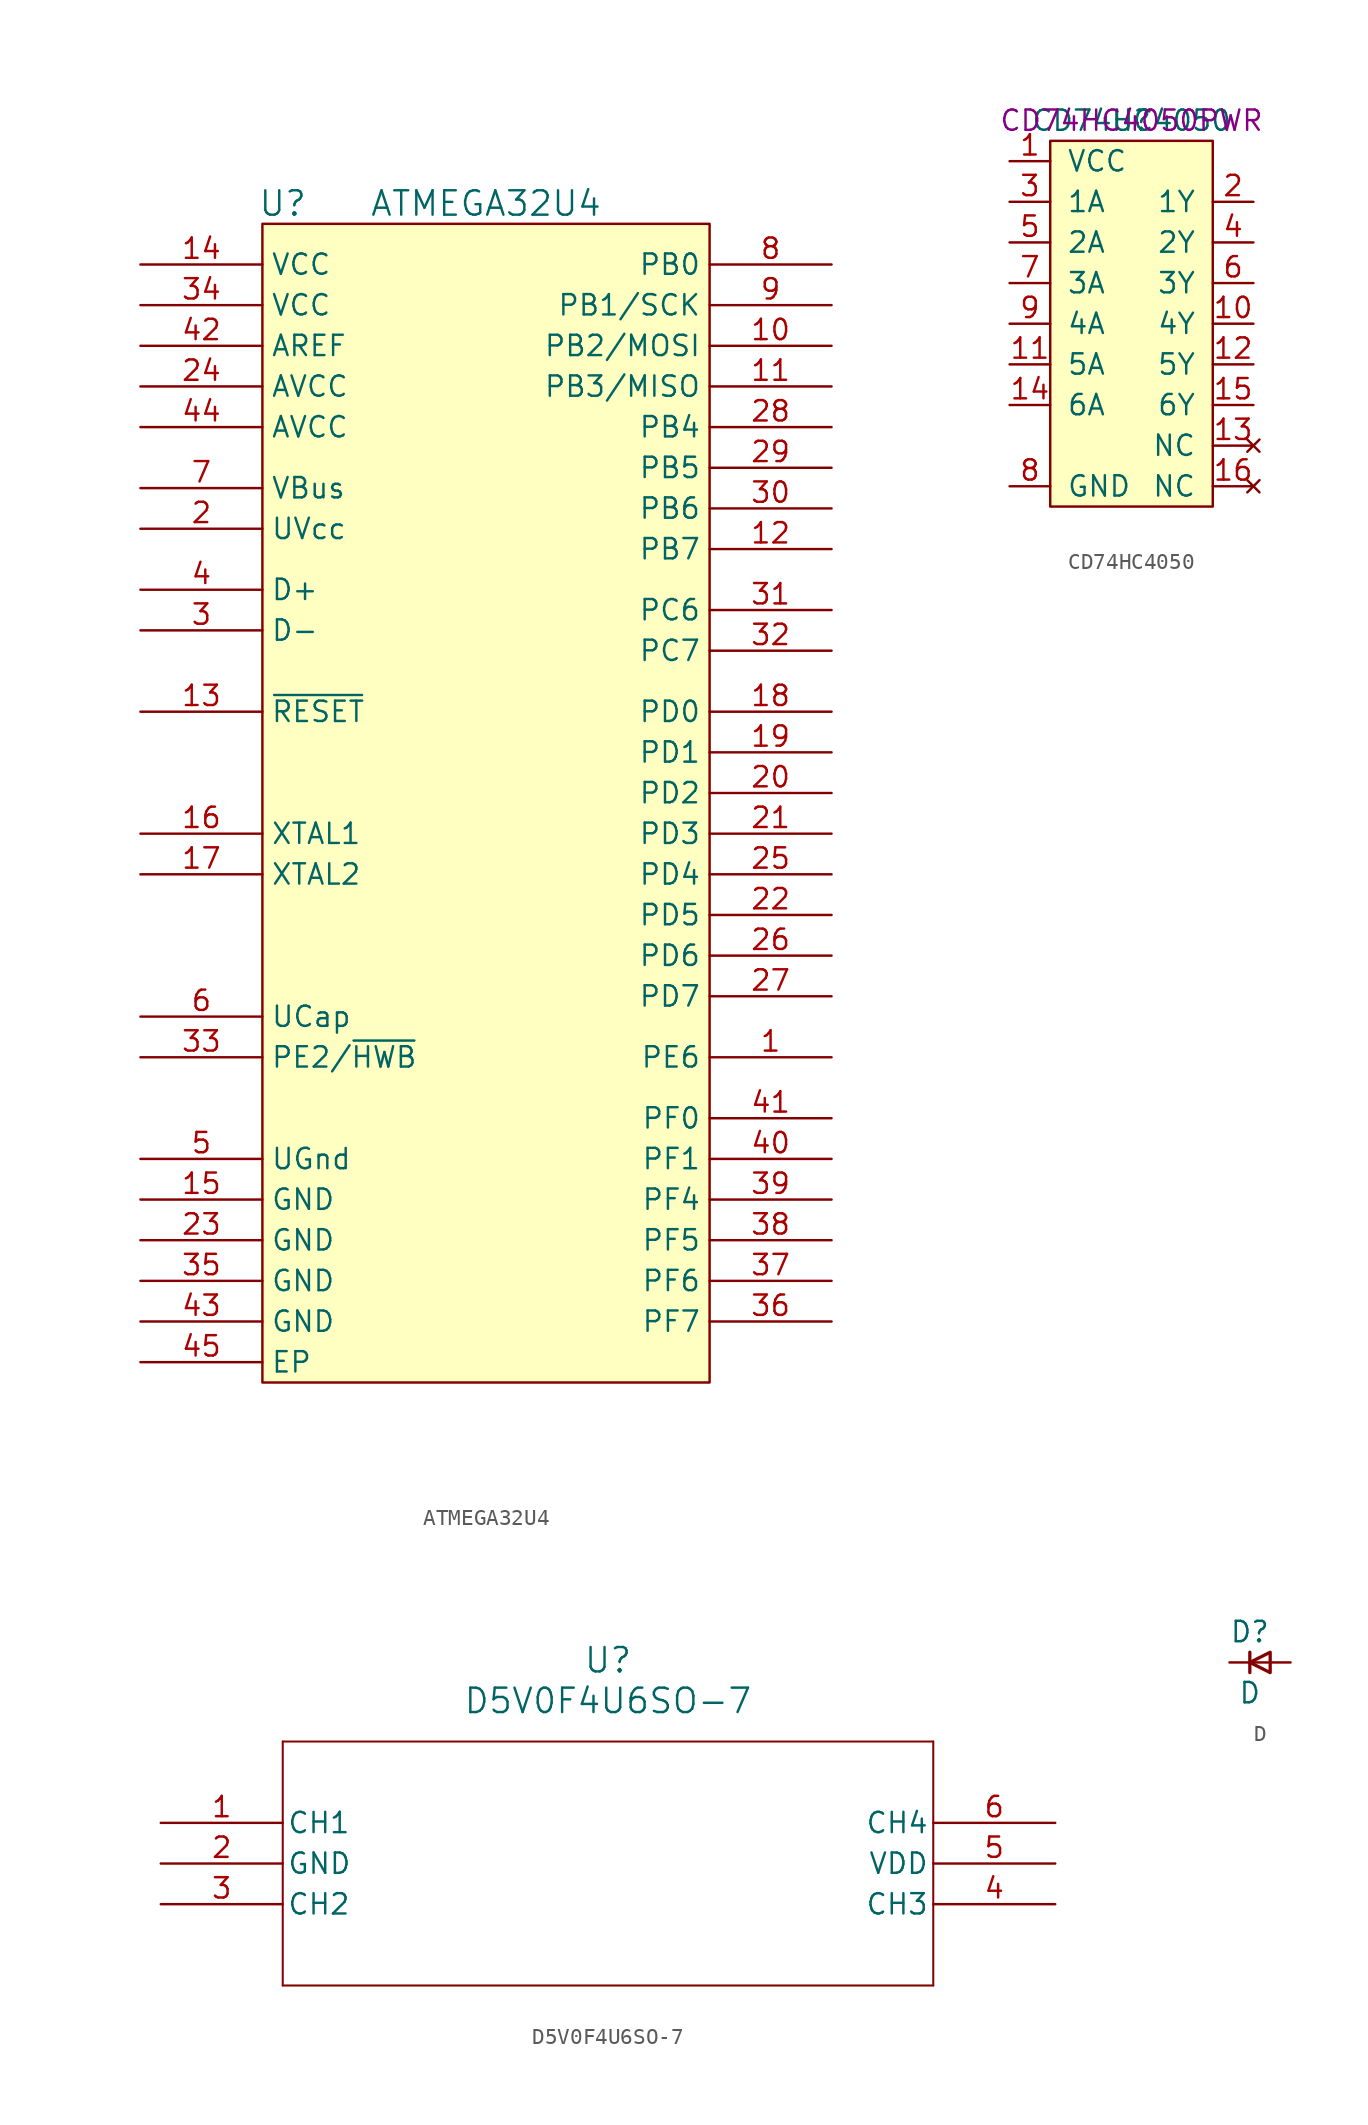
<source format=kicad_sym>
(kicad_symbol_lib
  (version 20231120)
  (generator "kicad_symbol_editor")
  (generator_version "8.0")
  (symbol "ATMEGA32U4"
    (property "Reference" "U"
      (at -17.78 30.48 0)
      (effects (font (size 1.524 1.524))))
    (property "Value" "ATMEGA32U4"
      (at -5.08 30.48 0)
      (effects (font (size 1.524 1.524))))
    (property "Footprint" ""
      (at 0 0 0)
      (effects (font (size 1.524 1.524))))
    (property "Datasheet" ""
      (at 0 0 0)
      (effects (font (size 1.524 1.524))))
    (symbol "ATMEGA32U4_0_1"
      (rectangle (start 8.89 29.21) (end -19.05 -43.18) (stroke (width 0) (type default)) (fill (type background))))
    (symbol "ATMEGA32U4_1_1"
      (pin bidirectional line (at 16.51 -22.86 180) (length 7.62) (name "PE6" (effects (font (size 1.27 1.27)))) (number "1" (effects (font (size 1.27 1.27)))))
      (pin bidirectional line (at 16.51 21.59 180) (length 7.62) (name "PB2/MOSI" (effects (font (size 1.27 1.27)))) (number "10" (effects (font (size 1.27 1.27)))))
      (pin bidirectional line (at 16.51 19.05 180) (length 7.62) (name "PB3/MISO" (effects (font (size 1.27 1.27)))) (number "11" (effects (font (size 1.27 1.27)))))
      (pin bidirectional line (at 16.51 8.89 180) (length 7.62) (name "PB7" (effects (font (size 1.27 1.27)))) (number "12" (effects (font (size 1.27 1.27)))))
      (pin input line (at -26.67 -1.27 0) (length 7.62) (name "~{RESET}" (effects (font (size 1.27 1.27)))) (number "13" (effects (font (size 1.27 1.27)))))
      (pin power_in line (at -26.67 26.67 0) (length 7.62) (name "VCC" (effects (font (size 1.27 1.27)))) (number "14" (effects (font (size 1.27 1.27)))))
      (pin power_in line (at -26.67 -31.75 0) (length 7.62) (name "GND" (effects (font (size 1.27 1.27)))) (number "15" (effects (font (size 1.27 1.27)))))
      (pin input line (at -26.67 -8.89 0) (length 7.62) (name "XTAL1" (effects (font (size 1.27 1.27)))) (number "16" (effects (font (size 1.27 1.27)))))
      (pin output line (at -26.67 -11.43 0) (length 7.62) (name "XTAL2" (effects (font (size 1.27 1.27)))) (number "17" (effects (font (size 1.27 1.27)))))
      (pin bidirectional line (at 16.51 -1.27 180) (length 7.62) (name "PD0" (effects (font (size 1.27 1.27)))) (number "18" (effects (font (size 1.27 1.27)))))
      (pin bidirectional line (at 16.51 -3.81 180) (length 7.62) (name "PD1" (effects (font (size 1.27 1.27)))) (number "19" (effects (font (size 1.27 1.27)))))
      (pin power_in line (at -26.67 10.16 0) (length 7.62) (name "UVcc" (effects (font (size 1.27 1.27)))) (number "2" (effects (font (size 1.27 1.27)))))
      (pin bidirectional line (at 16.51 -6.35 180) (length 7.62) (name "PD2" (effects (font (size 1.27 1.27)))) (number "20" (effects (font (size 1.27 1.27)))))
      (pin bidirectional line (at 16.51 -8.89 180) (length 7.62) (name "PD3" (effects (font (size 1.27 1.27)))) (number "21" (effects (font (size 1.27 1.27)))))
      (pin bidirectional line (at 16.51 -13.97 180) (length 7.62) (name "PD5" (effects (font (size 1.27 1.27)))) (number "22" (effects (font (size 1.27 1.27)))))
      (pin power_in line (at -26.67 -34.29 0) (length 7.62) (name "GND" (effects (font (size 1.27 1.27)))) (number "23" (effects (font (size 1.27 1.27)))))
      (pin power_in line (at -26.67 19.05 0) (length 7.62) (name "AVCC" (effects (font (size 1.27 1.27)))) (number "24" (effects (font (size 1.27 1.27)))))
      (pin bidirectional line (at 16.51 -11.43 180) (length 7.62) (name "PD4" (effects (font (size 1.27 1.27)))) (number "25" (effects (font (size 1.27 1.27)))))
      (pin bidirectional line (at 16.51 -16.51 180) (length 7.62) (name "PD6" (effects (font (size 1.27 1.27)))) (number "26" (effects (font (size 1.27 1.27)))))
      (pin bidirectional line (at 16.51 -19.05 180) (length 7.62) (name "PD7" (effects (font (size 1.27 1.27)))) (number "27" (effects (font (size 1.27 1.27)))))
      (pin bidirectional line (at 16.51 16.51 180) (length 7.62) (name "PB4" (effects (font (size 1.27 1.27)))) (number "28" (effects (font (size 1.27 1.27)))))
      (pin bidirectional line (at 16.51 13.97 180) (length 7.62) (name "PB5" (effects (font (size 1.27 1.27)))) (number "29" (effects (font (size 1.27 1.27)))))
      (pin bidirectional line (at -26.67 3.81 0) (length 7.62) (name "D-" (effects (font (size 1.27 1.27)))) (number "3" (effects (font (size 1.27 1.27)))))
      (pin bidirectional line (at 16.51 11.43 180) (length 7.62) (name "PB6" (effects (font (size 1.27 1.27)))) (number "30" (effects (font (size 1.27 1.27)))))
      (pin bidirectional line (at 16.51 5.08 180) (length 7.62) (name "PC6" (effects (font (size 1.27 1.27)))) (number "31" (effects (font (size 1.27 1.27)))))
      (pin bidirectional line (at 16.51 2.54 180) (length 7.62) (name "PC7" (effects (font (size 1.27 1.27)))) (number "32" (effects (font (size 1.27 1.27)))))
      (pin bidirectional line (at -26.67 -22.86 0) (length 7.62) (name "PE2/~{HWB}" (effects (font (size 1.27 1.27)))) (number "33" (effects (font (size 1.27 1.27)))))
      (pin power_in line (at -26.67 24.13 0) (length 7.62) (name "VCC" (effects (font (size 1.27 1.27)))) (number "34" (effects (font (size 1.27 1.27)))))
      (pin power_in line (at -26.67 -36.83 0) (length 7.62) (name "GND" (effects (font (size 1.27 1.27)))) (number "35" (effects (font (size 1.27 1.27)))))
      (pin bidirectional line (at 16.51 -39.37 180) (length 7.62) (name "PF7" (effects (font (size 1.27 1.27)))) (number "36" (effects (font (size 1.27 1.27)))))
      (pin bidirectional line (at 16.51 -36.83 180) (length 7.62) (name "PF6" (effects (font (size 1.27 1.27)))) (number "37" (effects (font (size 1.27 1.27)))))
      (pin bidirectional line (at 16.51 -34.29 180) (length 7.62) (name "PF5" (effects (font (size 1.27 1.27)))) (number "38" (effects (font (size 1.27 1.27)))))
      (pin bidirectional line (at 16.51 -31.75 180) (length 7.62) (name "PF4" (effects (font (size 1.27 1.27)))) (number "39" (effects (font (size 1.27 1.27)))))
      (pin bidirectional line (at -26.67 6.35 0) (length 7.62) (name "D+" (effects (font (size 1.27 1.27)))) (number "4" (effects (font (size 1.27 1.27)))))
      (pin bidirectional line (at 16.51 -29.21 180) (length 7.62) (name "PF1" (effects (font (size 1.27 1.27)))) (number "40" (effects (font (size 1.27 1.27)))))
      (pin bidirectional line (at 16.51 -26.67 180) (length 7.62) (name "PF0" (effects (font (size 1.27 1.27)))) (number "41" (effects (font (size 1.27 1.27)))))
      (pin input line (at -26.67 21.59 0) (length 7.62) (name "AREF" (effects (font (size 1.27 1.27)))) (number "42" (effects (font (size 1.27 1.27)))))
      (pin power_in line (at -26.67 -39.37 0) (length 7.62) (name "GND" (effects (font (size 1.27 1.27)))) (number "43" (effects (font (size 1.27 1.27)))))
      (pin power_in line (at -26.67 16.51 0) (length 7.62) (name "AVCC" (effects (font (size 1.27 1.27)))) (number "44" (effects (font (size 1.27 1.27)))))
      (pin power_in line (at -26.67 -41.91 0) (length 7.62) (name "EP" (effects (font (size 1.27 1.27)))) (number "45" (effects (font (size 1.27 1.27)))))
      (pin power_in line (at -26.67 -29.21 0) (length 7.62) (name "UGnd" (effects (font (size 1.27 1.27)))) (number "5" (effects (font (size 1.27 1.27)))))
      (pin input line (at -26.67 -20.32 0) (length 7.62) (name "UCap" (effects (font (size 1.27 1.27)))) (number "6" (effects (font (size 1.27 1.27)))))
      (pin input line (at -26.67 12.7 0) (length 7.62) (name "VBus" (effects (font (size 1.27 1.27)))) (number "7" (effects (font (size 1.27 1.27)))))
      (pin bidirectional line (at 16.51 26.67 180) (length 7.62) (name "PB0" (effects (font (size 1.27 1.27)))) (number "8" (effects (font (size 1.27 1.27)))))
      (pin bidirectional line (at 16.51 24.13 180) (length 7.62) (name "PB1/SCK" (effects (font (size 1.27 1.27)))) (number "9" (effects (font (size 1.27 1.27)))))))
  (symbol "CD74HC4050"
    (pin_names
      (offset 1.016))
    (property "Reference" "U"
      (at 0 12.7 0)
      (effects (font (size 1.27 1.27))))
    (property "Value" "CD74HC4050"
      (at 0 12.7 0)
      (effects (font (size 1.27 1.27))))
    (property "MPN" "CD74HC4050PWR"
      (at 0 12.7 0)
      (effects (font (size 1.27 1.27))))
    (symbol "CD74HC4050_0_1"
      (rectangle (start -5.08 11.43) (end 5.08 -11.43) (stroke (width 0) (type default)) (fill (type background))))
    (symbol "CD74HC4050_1_1"
      (pin power_in line (at -7.62 10.16 0) (length 2.54) (name "VCC" (effects (font (size 1.27 1.27)))) (number "1" (effects (font (size 1.27 1.27)))))
      (pin bidirectional line (at 7.62 0 180) (length 2.54) (name "4Y" (effects (font (size 1.27 1.27)))) (number "10" (effects (font (size 1.27 1.27)))))
      (pin bidirectional line (at -7.62 -2.54 0) (length 2.54) (name "5A" (effects (font (size 1.27 1.27)))) (number "11" (effects (font (size 1.27 1.27)))))
      (pin bidirectional line (at 7.62 -2.54 180) (length 2.54) (name "5Y" (effects (font (size 1.27 1.27)))) (number "12" (effects (font (size 1.27 1.27)))))
      (pin no_connect line (at 7.62 -7.62 180) (length 2.54) (name "NC" (effects (font (size 1.27 1.27)))) (number "13" (effects (font (size 1.27 1.27)))))
      (pin bidirectional line (at -7.62 -5.08 0) (length 2.54) (name "6A" (effects (font (size 1.27 1.27)))) (number "14" (effects (font (size 1.27 1.27)))))
      (pin bidirectional line (at 7.62 -5.08 180) (length 2.54) (name "6Y" (effects (font (size 1.27 1.27)))) (number "15" (effects (font (size 1.27 1.27)))))
      (pin no_connect line (at 7.62 -10.16 180) (length 2.54) (name "NC" (effects (font (size 1.27 1.27)))) (number "16" (effects (font (size 1.27 1.27)))))
      (pin bidirectional line (at 7.62 7.62 180) (length 2.54) (name "1Y" (effects (font (size 1.27 1.27)))) (number "2" (effects (font (size 1.27 1.27)))))
      (pin bidirectional line (at -7.62 7.62 0) (length 2.54) (name "1A" (effects (font (size 1.27 1.27)))) (number "3" (effects (font (size 1.27 1.27)))))
      (pin bidirectional line (at 7.62 5.08 180) (length 2.54) (name "2Y" (effects (font (size 1.27 1.27)))) (number "4" (effects (font (size 1.27 1.27)))))
      (pin bidirectional line (at -7.62 5.08 0) (length 2.54) (name "2A" (effects (font (size 1.27 1.27)))) (number "5" (effects (font (size 1.27 1.27)))))
      (pin bidirectional line (at 7.62 2.54 180) (length 2.54) (name "3Y" (effects (font (size 1.27 1.27)))) (number "6" (effects (font (size 1.27 1.27)))))
      (pin bidirectional line (at -7.62 2.54 0) (length 2.54) (name "3A" (effects (font (size 1.27 1.27)))) (number "7" (effects (font (size 1.27 1.27)))))
      (pin power_in line (at -7.62 -10.16 0) (length 2.54) (name "GND" (effects (font (size 1.27 1.27)))) (number "8" (effects (font (size 1.27 1.27)))))
      (pin bidirectional line (at -7.62 0 0) (length 2.54) (name "4A" (effects (font (size 1.27 1.27)))) (number "9" (effects (font (size 1.27 1.27)))))))
  (symbol "D5V0F4U6SO-7"
    (pin_names
      (offset 0.254))
    (property "Reference" "U"
      (at 27.94 10.16 0)
      (effects (font (size 1.524 1.524))))
    (property "Value" "D5V0F4U6SO-7"
      (at 27.94 7.62 0)
      (effects (font (size 1.524 1.524))))
    (property "ki_locked" ""
      (at 0 0 0)
      (effects (font (size 1.27 1.27))))
    (symbol "D5V0F4U6SO-7_0_1"
      (polyline (pts (xy 7.62 -10.16) (xy 48.26 -10.16)) (stroke (width 0.127) (type default)) (fill (type none)))
      (polyline (pts (xy 7.62 5.08) (xy 7.62 -10.16)) (stroke (width 0.127) (type default)) (fill (type none)))
      (polyline (pts (xy 48.26 -10.16) (xy 48.26 5.08)) (stroke (width 0.127) (type default)) (fill (type none)))
      (polyline (pts (xy 48.26 5.08) (xy 7.62 5.08)) (stroke (width 0.127) (type default)) (fill (type none)))
      (pin unspecified line (at 0 0 0) (length 7.62) (name "CH1" (effects (font (size 1.27 1.27)))) (number "1" (effects (font (size 1.27 1.27)))))
      (pin power_in line (at 0 -2.54 0) (length 7.62) (name "GND" (effects (font (size 1.27 1.27)))) (number "2" (effects (font (size 1.27 1.27)))))
      (pin unspecified line (at 0 -5.08 0) (length 7.62) (name "CH2" (effects (font (size 1.27 1.27)))) (number "3" (effects (font (size 1.27 1.27)))))
      (pin unspecified line (at 55.88 -5.08 180) (length 7.62) (name "CH3" (effects (font (size 1.27 1.27)))) (number "4" (effects (font (size 1.27 1.27)))))
      (pin power_in line (at 55.88 -2.54 180) (length 7.62) (name "VDD" (effects (font (size 1.27 1.27)))) (number "5" (effects (font (size 1.27 1.27)))))
      (pin unspecified line (at 55.88 0 180) (length 7.62) (name "CH4" (effects (font (size 1.27 1.27)))) (number "6" (effects (font (size 1.27 1.27)))))))
  (symbol "D"
    (pin_numbers hide)
    (pin_names
      (offset 1.016) hide)
    (property "Reference" "D"
      (at 0 1.905 0)
      (effects (font (size 1.27 1.27))))
    (property "Value" "D"
      (at 0 -1.905 0)
      (effects (font (size 1.27 1.27))))
    (symbol "D_0_1"
      (polyline (pts (xy 1.27 0) (xy 0 0)) (stroke (width 0) (type default)) (fill (type none)))
      (polyline (pts (xy 0 0.635) (xy 0 0) (xy 0 -0.635)) (stroke (width 0.203) (type default)) (fill (type none)))
      (polyline (pts (xy 1.27 0.635) (xy 1.27 -0.635) (xy 0 0) (xy 1.27 0.635)) (stroke (width 0.203) (type default)) (fill (type none))))
    (symbol "D_1_1"
      (pin passive line (at -1.27 0 0) (length 1.27) (name "K" (effects (font (size 1.27 1.27)))) (number "1" (effects (font (size 1.27 1.27)))))
      (pin passive line (at 2.54 0 180) (length 1.27) (name "A" (effects (font (size 1.27 1.27)))) (number "2" (effects (font (size 1.27 1.27))))))))
</source>
